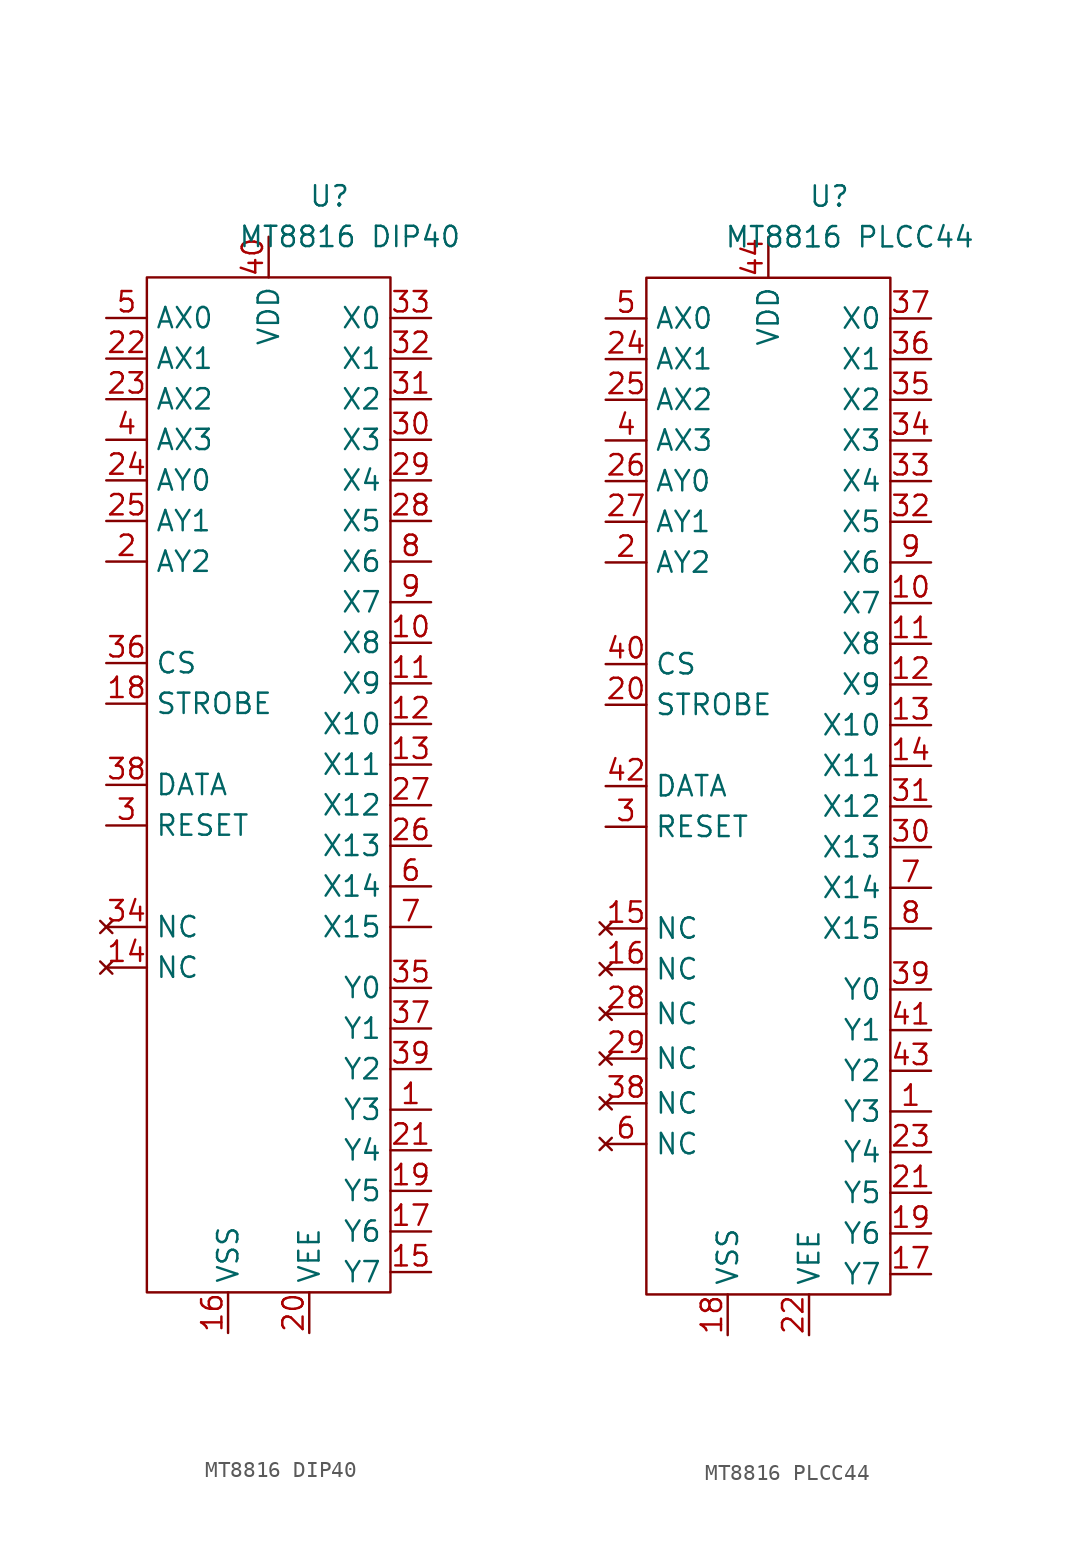
<source format=kicad_sym>
(kicad_symbol_lib
  (version 20220914)
  (generator kicad_symbol_editor)
  (symbol "MT8816 DIP40"
    (property "Reference" "U"
      (at 3.81 5.08 0)
      (effects (font (size 1.27 1.27))))
    (property "Value" "MT8816 DIP40"
      (at 5.08 2.54 0)
      (effects (font (size 1.27 1.27))))
    (symbol "MT8816 DIP40_0_1"
      (rectangle (start -7.62 0) (end 7.62 -63.5) (stroke (width 0.152) (type default)) (fill (type none))))
    (symbol "MT8816 DIP40_1_1"
      (pin bidirectional line (at 10.16 -52.07 180) (length 2.54) (name "Y3" (effects (font (size 1.27 1.27)))) (number "1" (effects (font (size 1.27 1.27)))))
      (pin bidirectional line (at 10.16 -22.86 180) (length 2.54) (name "X8" (effects (font (size 1.27 1.27)))) (number "10" (effects (font (size 1.27 1.27)))))
      (pin bidirectional line (at 10.16 -25.4 180) (length 2.54) (name "X9" (effects (font (size 1.27 1.27)))) (number "11" (effects (font (size 1.27 1.27)))))
      (pin bidirectional line (at 10.16 -27.94 180) (length 2.54) (name "X10" (effects (font (size 1.27 1.27)))) (number "12" (effects (font (size 1.27 1.27)))))
      (pin bidirectional line (at 10.16 -30.48 180) (length 2.54) (name "X11" (effects (font (size 1.27 1.27)))) (number "13" (effects (font (size 1.27 1.27)))))
      (pin no_connect line (at -10.16 -43.18 0) (length 2.54) (name "NC" (effects (font (size 1.27 1.27)))) (number "14" (effects (font (size 1.27 1.27)))))
      (pin bidirectional line (at 10.16 -62.23 180) (length 2.54) (name "Y7" (effects (font (size 1.27 1.27)))) (number "15" (effects (font (size 1.27 1.27)))))
      (pin power_in line (at -2.54 -66.04 90) (length 2.54) (name "VSS" (effects (font (size 1.27 1.27)))) (number "16" (effects (font (size 1.27 1.27)))))
      (pin bidirectional line (at 10.16 -59.69 180) (length 2.54) (name "Y6" (effects (font (size 1.27 1.27)))) (number "17" (effects (font (size 1.27 1.27)))))
      (pin input line (at -10.16 -26.67 0) (length 2.54) (name "STROBE" (effects (font (size 1.27 1.27)))) (number "18" (effects (font (size 1.27 1.27)))))
      (pin bidirectional line (at 10.16 -57.15 180) (length 2.54) (name "Y5" (effects (font (size 1.27 1.27)))) (number "19" (effects (font (size 1.27 1.27)))))
      (pin input line (at -10.16 -17.78 0) (length 2.54) (name "AY2" (effects (font (size 1.27 1.27)))) (number "2" (effects (font (size 1.27 1.27)))))
      (pin power_in line (at 2.54 -66.04 90) (length 2.54) (name "VEE" (effects (font (size 1.27 1.27)))) (number "20" (effects (font (size 1.27 1.27)))))
      (pin bidirectional line (at 10.16 -54.61 180) (length 2.54) (name "Y4" (effects (font (size 1.27 1.27)))) (number "21" (effects (font (size 1.27 1.27)))))
      (pin input line (at -10.16 -5.08 0) (length 2.54) (name "AX1" (effects (font (size 1.27 1.27)))) (number "22" (effects (font (size 1.27 1.27)))))
      (pin input line (at -10.16 -7.62 0) (length 2.54) (name "AX2" (effects (font (size 1.27 1.27)))) (number "23" (effects (font (size 1.27 1.27)))))
      (pin input line (at -10.16 -12.7 0) (length 2.54) (name "AY0" (effects (font (size 1.27 1.27)))) (number "24" (effects (font (size 1.27 1.27)))))
      (pin input line (at -10.16 -15.24 0) (length 2.54) (name "AY1" (effects (font (size 1.27 1.27)))) (number "25" (effects (font (size 1.27 1.27)))))
      (pin bidirectional line (at 10.16 -35.56 180) (length 2.54) (name "X13" (effects (font (size 1.27 1.27)))) (number "26" (effects (font (size 1.27 1.27)))))
      (pin bidirectional line (at 10.16 -33.02 180) (length 2.54) (name "X12" (effects (font (size 1.27 1.27)))) (number "27" (effects (font (size 1.27 1.27)))))
      (pin bidirectional line (at 10.16 -15.24 180) (length 2.54) (name "X5" (effects (font (size 1.27 1.27)))) (number "28" (effects (font (size 1.27 1.27)))))
      (pin bidirectional line (at 10.16 -12.7 180) (length 2.54) (name "X4" (effects (font (size 1.27 1.27)))) (number "29" (effects (font (size 1.27 1.27)))))
      (pin input line (at -10.16 -34.29 0) (length 2.54) (name "RESET" (effects (font (size 1.27 1.27)))) (number "3" (effects (font (size 1.27 1.27)))))
      (pin bidirectional line (at 10.16 -10.16 180) (length 2.54) (name "X3" (effects (font (size 1.27 1.27)))) (number "30" (effects (font (size 1.27 1.27)))))
      (pin bidirectional line (at 10.16 -7.62 180) (length 2.54) (name "X2" (effects (font (size 1.27 1.27)))) (number "31" (effects (font (size 1.27 1.27)))))
      (pin bidirectional line (at 10.16 -5.08 180) (length 2.54) (name "X1" (effects (font (size 1.27 1.27)))) (number "32" (effects (font (size 1.27 1.27)))))
      (pin bidirectional line (at 10.16 -2.54 180) (length 2.54) (name "X0" (effects (font (size 1.27 1.27)))) (number "33" (effects (font (size 1.27 1.27)))))
      (pin no_connect line (at -10.16 -40.64 0) (length 2.54) (name "NC" (effects (font (size 1.27 1.27)))) (number "34" (effects (font (size 1.27 1.27)))))
      (pin bidirectional line (at 10.16 -44.45 180) (length 2.54) (name "Y0" (effects (font (size 1.27 1.27)))) (number "35" (effects (font (size 1.27 1.27)))))
      (pin input line (at -10.16 -24.13 0) (length 2.54) (name "CS" (effects (font (size 1.27 1.27)))) (number "36" (effects (font (size 1.27 1.27)))))
      (pin bidirectional line (at 10.16 -46.99 180) (length 2.54) (name "Y1" (effects (font (size 1.27 1.27)))) (number "37" (effects (font (size 1.27 1.27)))))
      (pin input line (at -10.16 -31.75 0) (length 2.54) (name "DATA" (effects (font (size 1.27 1.27)))) (number "38" (effects (font (size 1.27 1.27)))))
      (pin bidirectional line (at 10.16 -49.53 180) (length 2.54) (name "Y2" (effects (font (size 1.27 1.27)))) (number "39" (effects (font (size 1.27 1.27)))))
      (pin input line (at -10.16 -10.16 0) (length 2.54) (name "AX3" (effects (font (size 1.27 1.27)))) (number "4" (effects (font (size 1.27 1.27)))))
      (pin power_in line (at 0 2.54 270) (length 2.54) (name "VDD" (effects (font (size 1.27 1.27)))) (number "40" (effects (font (size 1.27 1.27)))))
      (pin input line (at -10.16 -2.54 0) (length 2.54) (name "AX0" (effects (font (size 1.27 1.27)))) (number "5" (effects (font (size 1.27 1.27)))))
      (pin bidirectional line (at 10.16 -38.1 180) (length 2.54) (name "X14" (effects (font (size 1.27 1.27)))) (number "6" (effects (font (size 1.27 1.27)))))
      (pin bidirectional line (at 10.16 -40.64 180) (length 2.54) (name "X15" (effects (font (size 1.27 1.27)))) (number "7" (effects (font (size 1.27 1.27)))))
      (pin bidirectional line (at 10.16 -17.78 180) (length 2.54) (name "X6" (effects (font (size 1.27 1.27)))) (number "8" (effects (font (size 1.27 1.27)))))
      (pin bidirectional line (at 10.16 -20.32 180) (length 2.54) (name "X7" (effects (font (size 1.27 1.27)))) (number "9" (effects (font (size 1.27 1.27)))))))
  (symbol "MT8816 PLCC44"
    (property "Reference" "U"
      (at 3.81 5.08 0)
      (effects (font (size 1.27 1.27))))
    (property "Value" "MT8816 PLCC44"
      (at 5.08 2.54 0)
      (effects (font (size 1.27 1.27))))
    (symbol "MT8816 PLCC44_0_1"
      (rectangle (start -7.62 0) (end 7.62 -63.5) (stroke (width 0.152) (type default)) (fill (type none))))
    (symbol "MT8816 PLCC44_1_1"
      (pin bidirectional line (at 10.16 -52.07 180) (length 2.54) (name "Y3" (effects (font (size 1.27 1.27)))) (number "1" (effects (font (size 1.27 1.27)))))
      (pin bidirectional line (at 10.16 -20.32 180) (length 2.54) (name "X7" (effects (font (size 1.27 1.27)))) (number "10" (effects (font (size 1.27 1.27)))))
      (pin bidirectional line (at 10.16 -22.86 180) (length 2.54) (name "X8" (effects (font (size 1.27 1.27)))) (number "11" (effects (font (size 1.27 1.27)))))
      (pin bidirectional line (at 10.16 -25.4 180) (length 2.54) (name "X9" (effects (font (size 1.27 1.27)))) (number "12" (effects (font (size 1.27 1.27)))))
      (pin bidirectional line (at 10.16 -27.94 180) (length 2.54) (name "X10" (effects (font (size 1.27 1.27)))) (number "13" (effects (font (size 1.27 1.27)))))
      (pin bidirectional line (at 10.16 -30.48 180) (length 2.54) (name "X11" (effects (font (size 1.27 1.27)))) (number "14" (effects (font (size 1.27 1.27)))))
      (pin no_connect line (at -10.16 -40.64 0) (length 2.54) (name "NC" (effects (font (size 1.27 1.27)))) (number "15" (effects (font (size 1.27 1.27)))))
      (pin no_connect line (at -10.16 -43.18 0) (length 2.54) (name "NC" (effects (font (size 1.27 1.27)))) (number "16" (effects (font (size 1.27 1.27)))))
      (pin bidirectional line (at 10.16 -62.23 180) (length 2.54) (name "Y7" (effects (font (size 1.27 1.27)))) (number "17" (effects (font (size 1.27 1.27)))))
      (pin power_in line (at -2.54 -66.04 90) (length 2.54) (name "VSS" (effects (font (size 1.27 1.27)))) (number "18" (effects (font (size 1.27 1.27)))))
      (pin bidirectional line (at 10.16 -59.69 180) (length 2.54) (name "Y6" (effects (font (size 1.27 1.27)))) (number "19" (effects (font (size 1.27 1.27)))))
      (pin input line (at -10.16 -17.78 0) (length 2.54) (name "AY2" (effects (font (size 1.27 1.27)))) (number "2" (effects (font (size 1.27 1.27)))))
      (pin input line (at -10.16 -26.67 0) (length 2.54) (name "STROBE" (effects (font (size 1.27 1.27)))) (number "20" (effects (font (size 1.27 1.27)))))
      (pin bidirectional line (at 10.16 -57.15 180) (length 2.54) (name "Y5" (effects (font (size 1.27 1.27)))) (number "21" (effects (font (size 1.27 1.27)))))
      (pin power_in line (at 2.54 -66.04 90) (length 2.54) (name "VEE" (effects (font (size 1.27 1.27)))) (number "22" (effects (font (size 1.27 1.27)))))
      (pin bidirectional line (at 10.16 -54.61 180) (length 2.54) (name "Y4" (effects (font (size 1.27 1.27)))) (number "23" (effects (font (size 1.27 1.27)))))
      (pin input line (at -10.16 -5.08 0) (length 2.54) (name "AX1" (effects (font (size 1.27 1.27)))) (number "24" (effects (font (size 1.27 1.27)))))
      (pin input line (at -10.16 -7.62 0) (length 2.54) (name "AX2" (effects (font (size 1.27 1.27)))) (number "25" (effects (font (size 1.27 1.27)))))
      (pin input line (at -10.16 -12.7 0) (length 2.54) (name "AY0" (effects (font (size 1.27 1.27)))) (number "26" (effects (font (size 1.27 1.27)))))
      (pin input line (at -10.16 -15.24 0) (length 2.54) (name "AY1" (effects (font (size 1.27 1.27)))) (number "27" (effects (font (size 1.27 1.27)))))
      (pin no_connect line (at -10.16 -45.974 0) (length 2.54) (name "NC" (effects (font (size 1.27 1.27)))) (number "28" (effects (font (size 1.27 1.27)))))
      (pin no_connect line (at -10.16 -48.768 0) (length 2.54) (name "NC" (effects (font (size 1.27 1.27)))) (number "29" (effects (font (size 1.27 1.27)))))
      (pin input line (at -10.16 -34.29 0) (length 2.54) (name "RESET" (effects (font (size 1.27 1.27)))) (number "3" (effects (font (size 1.27 1.27)))))
      (pin bidirectional line (at 10.16 -35.56 180) (length 2.54) (name "X13" (effects (font (size 1.27 1.27)))) (number "30" (effects (font (size 1.27 1.27)))))
      (pin bidirectional line (at 10.16 -33.02 180) (length 2.54) (name "X12" (effects (font (size 1.27 1.27)))) (number "31" (effects (font (size 1.27 1.27)))))
      (pin bidirectional line (at 10.16 -15.24 180) (length 2.54) (name "X5" (effects (font (size 1.27 1.27)))) (number "32" (effects (font (size 1.27 1.27)))))
      (pin bidirectional line (at 10.16 -12.7 180) (length 2.54) (name "X4" (effects (font (size 1.27 1.27)))) (number "33" (effects (font (size 1.27 1.27)))))
      (pin bidirectional line (at 10.16 -10.16 180) (length 2.54) (name "X3" (effects (font (size 1.27 1.27)))) (number "34" (effects (font (size 1.27 1.27)))))
      (pin bidirectional line (at 10.16 -7.62 180) (length 2.54) (name "X2" (effects (font (size 1.27 1.27)))) (number "35" (effects (font (size 1.27 1.27)))))
      (pin bidirectional line (at 10.16 -5.08 180) (length 2.54) (name "X1" (effects (font (size 1.27 1.27)))) (number "36" (effects (font (size 1.27 1.27)))))
      (pin bidirectional line (at 10.16 -2.54 180) (length 2.54) (name "X0" (effects (font (size 1.27 1.27)))) (number "37" (effects (font (size 1.27 1.27)))))
      (pin no_connect line (at -10.16 -51.562 0) (length 2.54) (name "NC" (effects (font (size 1.27 1.27)))) (number "38" (effects (font (size 1.27 1.27)))))
      (pin bidirectional line (at 10.16 -44.45 180) (length 2.54) (name "Y0" (effects (font (size 1.27 1.27)))) (number "39" (effects (font (size 1.27 1.27)))))
      (pin input line (at -10.16 -10.16 0) (length 2.54) (name "AX3" (effects (font (size 1.27 1.27)))) (number "4" (effects (font (size 1.27 1.27)))))
      (pin input line (at -10.16 -24.13 0) (length 2.54) (name "CS" (effects (font (size 1.27 1.27)))) (number "40" (effects (font (size 1.27 1.27)))))
      (pin bidirectional line (at 10.16 -46.99 180) (length 2.54) (name "Y1" (effects (font (size 1.27 1.27)))) (number "41" (effects (font (size 1.27 1.27)))))
      (pin input line (at -10.16 -31.75 0) (length 2.54) (name "DATA" (effects (font (size 1.27 1.27)))) (number "42" (effects (font (size 1.27 1.27)))))
      (pin bidirectional line (at 10.16 -49.53 180) (length 2.54) (name "Y2" (effects (font (size 1.27 1.27)))) (number "43" (effects (font (size 1.27 1.27)))))
      (pin power_in line (at 0 2.54 270) (length 2.54) (name "VDD" (effects (font (size 1.27 1.27)))) (number "44" (effects (font (size 1.27 1.27)))))
      (pin input line (at -10.16 -2.54 0) (length 2.54) (name "AX0" (effects (font (size 1.27 1.27)))) (number "5" (effects (font (size 1.27 1.27)))))
      (pin no_connect line (at -10.16 -54.102 0) (length 2.54) (name "NC" (effects (font (size 1.27 1.27)))) (number "6" (effects (font (size 1.27 1.27)))))
      (pin bidirectional line (at 10.16 -38.1 180) (length 2.54) (name "X14" (effects (font (size 1.27 1.27)))) (number "7" (effects (font (size 1.27 1.27)))))
      (pin bidirectional line (at 10.16 -40.64 180) (length 2.54) (name "X15" (effects (font (size 1.27 1.27)))) (number "8" (effects (font (size 1.27 1.27)))))
      (pin bidirectional line (at 10.16 -17.78 180) (length 2.54) (name "X6" (effects (font (size 1.27 1.27)))) (number "9" (effects (font (size 1.27 1.27))))))))
</source>
